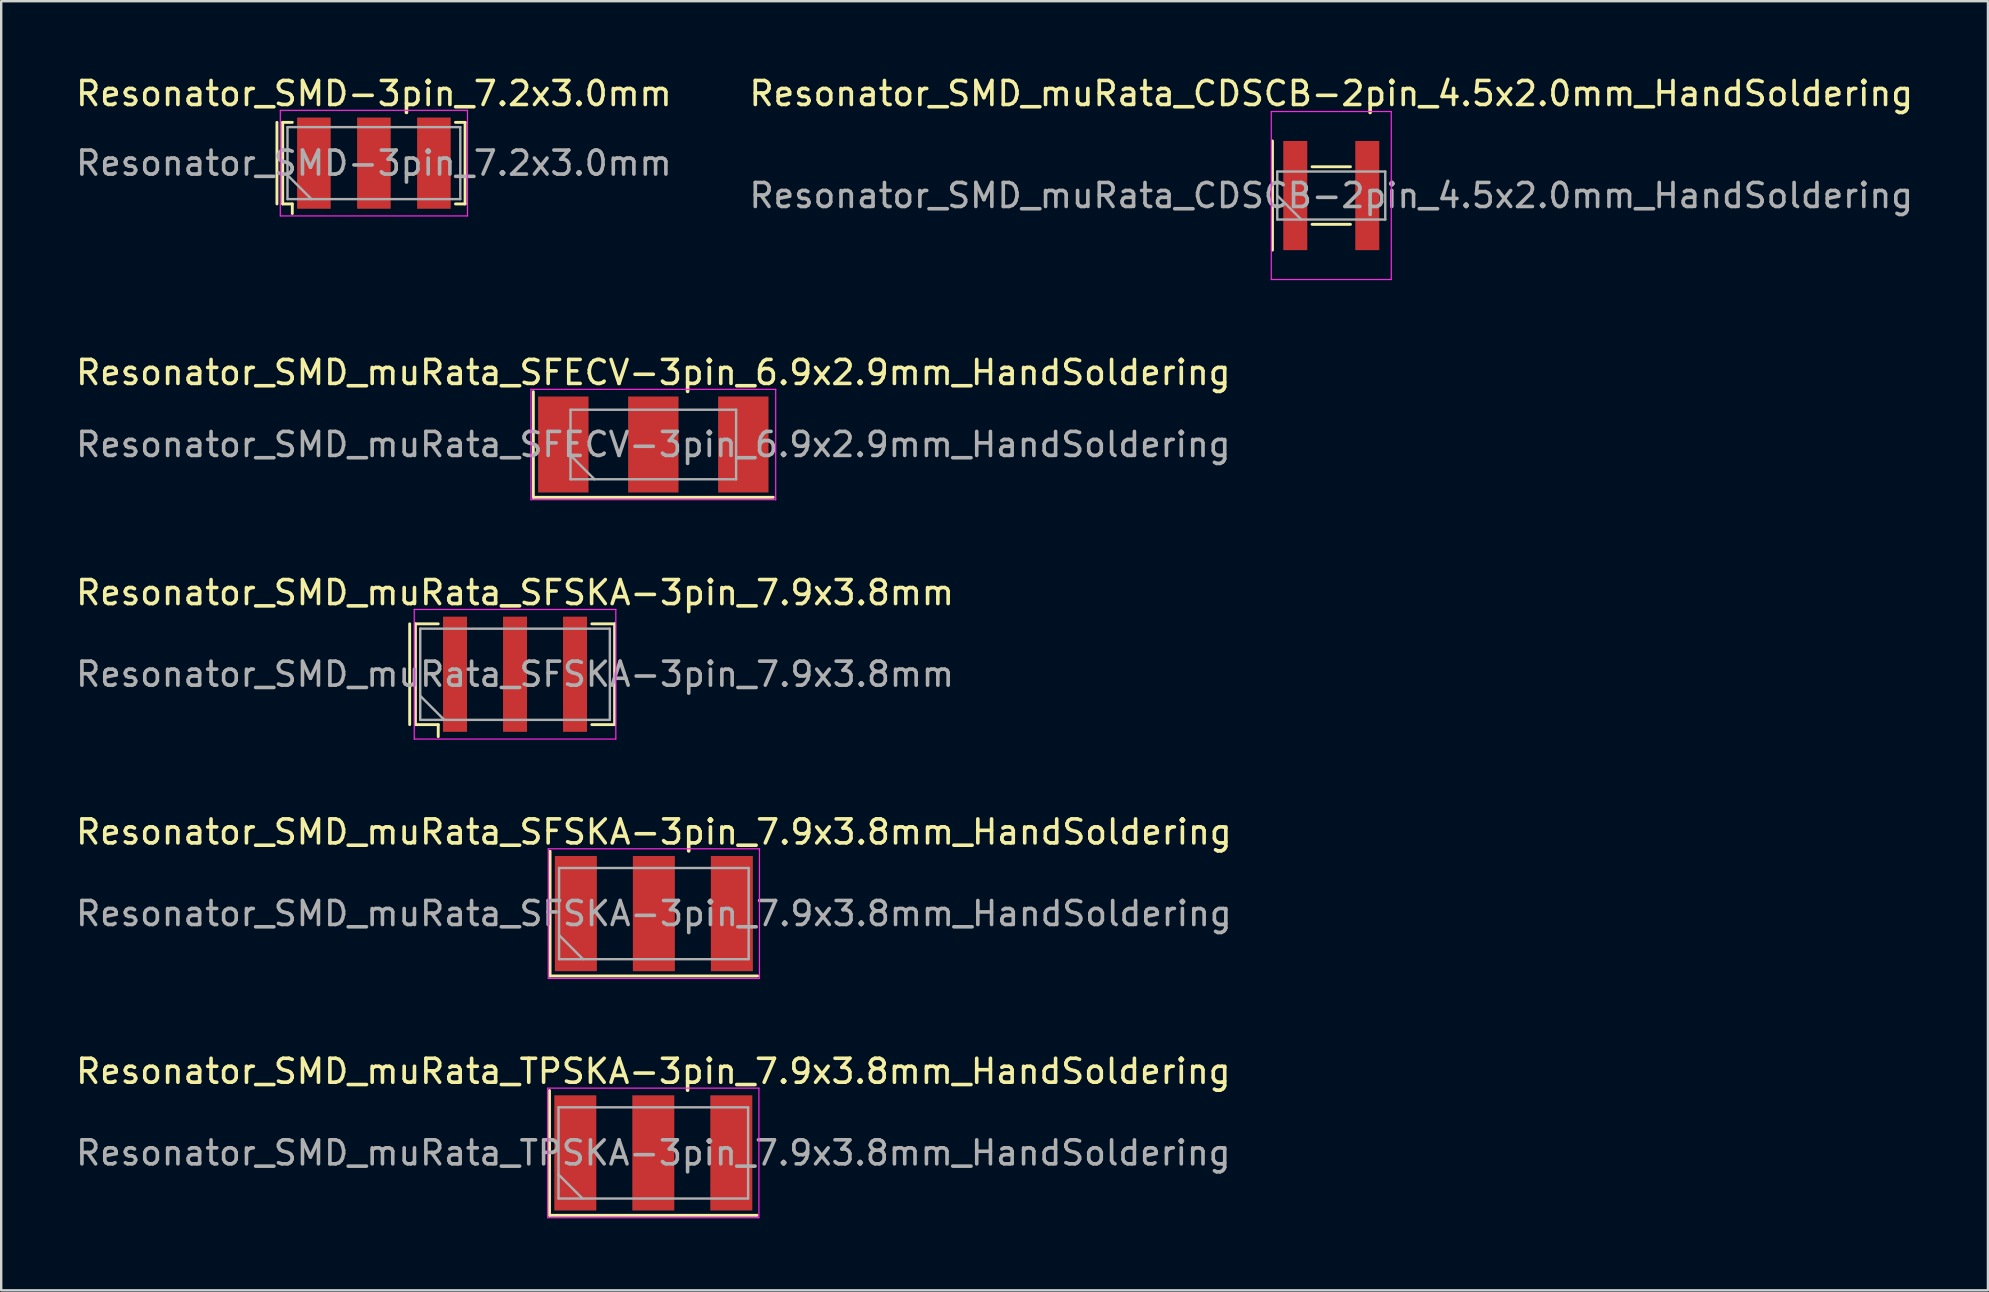
<source format=kicad_pcb>
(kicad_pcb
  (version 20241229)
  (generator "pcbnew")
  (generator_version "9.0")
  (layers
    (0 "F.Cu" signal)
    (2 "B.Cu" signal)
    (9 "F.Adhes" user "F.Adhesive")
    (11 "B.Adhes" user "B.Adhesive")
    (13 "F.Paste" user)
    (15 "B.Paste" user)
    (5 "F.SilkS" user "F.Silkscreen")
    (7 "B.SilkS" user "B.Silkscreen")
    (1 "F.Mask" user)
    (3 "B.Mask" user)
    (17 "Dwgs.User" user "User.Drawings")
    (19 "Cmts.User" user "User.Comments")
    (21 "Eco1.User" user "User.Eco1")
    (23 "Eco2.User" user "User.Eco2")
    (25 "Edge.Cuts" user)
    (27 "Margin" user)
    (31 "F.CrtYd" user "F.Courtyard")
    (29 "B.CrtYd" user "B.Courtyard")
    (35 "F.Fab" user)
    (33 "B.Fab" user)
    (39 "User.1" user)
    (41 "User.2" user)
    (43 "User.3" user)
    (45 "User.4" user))
  (footprint "Resonator_SMD_muRata_TPSKA-3pin_7.9x3.8mm_HandSoldering"
    (layer "F.Cu")
    (at 24.173 44.991)
    (property "Reference" "Resonator_SMD_muRata_TPSKA-3pin_7.9x3.8mm_HandSoldering" (at 0 -3.4 0) (layer "F.SilkS") (effects (font (size 1 1) (thickness 0.15))))
    (attr smd)
    (fp_line (start -4.325 -2.6) (end -4.325 2.6) (stroke (width 0.12) (type solid)) (layer "F.SilkS"))
    (fp_line (start -4.325 2.6) (end 4.325 2.6) (stroke (width 0.12) (type solid)) (layer "F.SilkS"))
    (fp_line (start -4.4 -2.7) (end -4.4 2.7) (stroke (width 0.05) (type solid)) (layer "F.CrtYd"))
    (fp_line (start -4.4 2.7) (end 4.4 2.7) (stroke (width 0.05) (type solid)) (layer "F.CrtYd"))
    (fp_line (start 4.4 -2.7) (end -4.4 -2.7) (stroke (width 0.05) (type solid)) (layer "F.CrtYd"))
    (fp_line (start 4.4 2.7) (end 4.4 -2.7) (stroke (width 0.05) (type solid)) (layer "F.CrtYd"))
    (fp_line (start -3.95 -1.9) (end -3.95 1.9) (stroke (width 0.1) (type solid)) (layer "F.Fab"))
    (fp_line (start -3.95 0.9) (end -2.95 1.9) (stroke (width 0.1) (type solid)) (layer "F.Fab"))
    (fp_line (start -3.95 1.9) (end 3.95 1.9) (stroke (width 0.1) (type solid)) (layer "F.Fab"))
    (fp_line (start 3.95 -1.9) (end -3.95 -1.9) (stroke (width 0.1) (type solid)) (layer "F.Fab"))
    (fp_line (start 3.95 1.9) (end 3.95 -1.9) (stroke (width 0.1) (type solid)) (layer "F.Fab"))
    (fp_text user "${REFERENCE}" (at 0 0 0) (layer "F.Fab") (effects (font (size 1 1) (thickness 0.15))))
    (pad "1" smd rect (at -3.25 0) (size 1.75 4.8) (layers "F.Cu" "F.Mask" "F.Paste"))
    (pad "2" smd rect (at 0 0) (size 1.75 4.8) (layers "F.Cu" "F.Mask" "F.Paste"))
    (pad "3" smd rect (at 3.25 0) (size 1.75 4.8) (layers "F.Cu" "F.Mask" "F.Paste")))
  (footprint "Resonator_SMD_muRata_SFSKA-3pin_7.9x3.8mm"
    (layer "F.Cu")
    (at 18.411 25.045)
    (property "Reference" "Resonator_SMD_muRata_SFSKA-3pin_7.9x3.8mm" (at 0 -3.4 0) (layer "F.SilkS") (effects (font (size 1 1) (thickness 0.15))))
    (attr smd)
    (fp_line (start -4.39 -2.1) (end -4.39 2.1) (stroke (width 0.12) (type solid)) (layer "F.SilkS"))
    (fp_line (start -4.15 -2.1) (end -3.2 -2.1) (stroke (width 0.12) (type solid)) (layer "F.SilkS"))
    (fp_line (start -4.15 2.1) (end -4.15 -2.1) (stroke (width 0.12) (type solid)) (layer "F.SilkS"))
    (fp_line (start -3.2 2.1) (end -4.15 2.1) (stroke (width 0.12) (type solid)) (layer "F.SilkS"))
    (fp_line (start -3.2 2.6) (end -3.2 2.1) (stroke (width 0.12) (type solid)) (layer "F.SilkS"))
    (fp_line (start 3.2 -2.1) (end 4.15 -2.1) (stroke (width 0.12) (type solid)) (layer "F.SilkS"))
    (fp_line (start 4.15 -2.1) (end 4.15 2.1) (stroke (width 0.12) (type solid)) (layer "F.SilkS"))
    (fp_line (start 4.15 2.1) (end 3.2 2.1) (stroke (width 0.12) (type solid)) (layer "F.SilkS"))
    (fp_line (start -4.2 -2.7) (end -4.2 2.7) (stroke (width 0.05) (type solid)) (layer "F.CrtYd"))
    (fp_line (start -4.2 2.7) (end 4.2 2.7) (stroke (width 0.05) (type solid)) (layer "F.CrtYd"))
    (fp_line (start 4.2 -2.7) (end -4.2 -2.7) (stroke (width 0.05) (type solid)) (layer "F.CrtYd"))
    (fp_line (start 4.2 2.7) (end 4.2 -2.7) (stroke (width 0.05) (type solid)) (layer "F.CrtYd"))
    (fp_line (start -3.95 -1.9) (end -3.95 1.9) (stroke (width 0.1) (type solid)) (layer "F.Fab"))
    (fp_line (start -3.95 0.9) (end -2.95 1.9) (stroke (width 0.1) (type solid)) (layer "F.Fab"))
    (fp_line (start -3.95 1.9) (end 3.95 1.9) (stroke (width 0.1) (type solid)) (layer "F.Fab"))
    (fp_line (start 3.95 -1.9) (end -3.95 -1.9) (stroke (width 0.1) (type solid)) (layer "F.Fab"))
    (fp_line (start 3.95 1.9) (end 3.95 -1.9) (stroke (width 0.1) (type solid)) (layer "F.Fab"))
    (fp_text user "${REFERENCE}" (at 0 0 0) (layer "F.Fab") (effects (font (size 1 1) (thickness 0.15))))
    (pad "1" smd rect (at -2.5 0) (size 1 4.8) (layers "F.Cu" "F.Mask" "F.Paste"))
    (pad "2" smd rect (at 0 0) (size 1 4.8) (layers "F.Cu" "F.Mask" "F.Paste"))
    (pad "3" smd rect (at 2.5 0) (size 1 4.8) (layers "F.Cu" "F.Mask" "F.Paste")))
  (footprint "Resonator_SMD_muRata_SFECV-3pin_6.9x2.9mm_HandSoldering"
    (layer "F.Cu")
    (at 24.173 15.472)
    (property "Reference" "Resonator_SMD_muRata_SFECV-3pin_6.9x2.9mm_HandSoldering" (at 0 -3 0) (layer "F.SilkS") (effects (font (size 1 1) (thickness 0.15))))
    (attr smd)
    (fp_line (start -5 -2.2) (end -5 2.2) (stroke (width 0.12) (type solid)) (layer "F.SilkS"))
    (fp_line (start -5 2.2) (end 5 2.2) (stroke (width 0.12) (type solid)) (layer "F.SilkS"))
    (fp_line (start -5.1 -2.3) (end -5.1 2.3) (stroke (width 0.05) (type solid)) (layer "F.CrtYd"))
    (fp_line (start -5.1 2.3) (end 5.1 2.3) (stroke (width 0.05) (type solid)) (layer "F.CrtYd"))
    (fp_line (start 5.1 -2.3) (end -5.1 -2.3) (stroke (width 0.05) (type solid)) (layer "F.CrtYd"))
    (fp_line (start 5.1 2.3) (end 5.1 -2.3) (stroke (width 0.05) (type solid)) (layer "F.CrtYd"))
    (fp_line (start -3.45 -1.45) (end -3.45 1.45) (stroke (width 0.1) (type solid)) (layer "F.Fab"))
    (fp_line (start -3.45 0.45) (end -2.45 1.45) (stroke (width 0.1) (type solid)) (layer "F.Fab"))
    (fp_line (start -3.45 1.45) (end 3.45 1.45) (stroke (width 0.1) (type solid)) (layer "F.Fab"))
    (fp_line (start 3.45 -1.45) (end -3.45 -1.45) (stroke (width 0.1) (type solid)) (layer "F.Fab"))
    (fp_line (start 3.45 1.45) (end 3.45 -1.45) (stroke (width 0.1) (type solid)) (layer "F.Fab"))
    (fp_text user "${REFERENCE}" (at 0 0 0) (layer "F.Fab") (effects (font (size 1 1) (thickness 0.15))))
    (pad "1" smd rect (at -3.75 0) (size 2.1 4) (layers "F.Cu" "F.Mask" "F.Paste"))
    (pad "2" smd rect (at 0 0) (size 2.1 4) (layers "F.Cu" "F.Mask" "F.Paste"))
    (pad "3" smd rect (at 3.75 0) (size 2.1 4) (layers "F.Cu" "F.Mask" "F.Paste")))
  (footprint "Resonator_SMD-3pin_7.2x3.0mm"
    (layer "F.Cu")
    (at 12.53 3.748)
    (property "Reference" "Resonator_SMD-3pin_7.2x3.0mm" (at 0 -2.9 0) (layer "F.SilkS") (effects (font (size 1 1) (thickness 0.15))))
    (attr smd)
    (fp_line (start -4.04 -1.7) (end -4.04 1.7) (stroke (width 0.12) (type solid)) (layer "F.SilkS"))
    (fp_line (start -3.8 -1.7) (end -3.4 -1.7) (stroke (width 0.12) (type solid)) (layer "F.SilkS"))
    (fp_line (start -3.8 1.7) (end -3.8 -1.7) (stroke (width 0.12) (type solid)) (layer "F.SilkS"))
    (fp_line (start -3.4 1.7) (end -3.8 1.7) (stroke (width 0.12) (type solid)) (layer "F.SilkS"))
    (fp_line (start -3.4 2.1) (end -3.4 1.7) (stroke (width 0.12) (type solid)) (layer "F.SilkS"))
    (fp_line (start 3.4 -1.7) (end 3.8 -1.7) (stroke (width 0.12) (type solid)) (layer "F.SilkS"))
    (fp_line (start 3.8 -1.7) (end 3.8 1.7) (stroke (width 0.12) (type solid)) (layer "F.SilkS"))
    (fp_line (start 3.8 1.7) (end 3.4 1.7) (stroke (width 0.12) (type solid)) (layer "F.SilkS"))
    (fp_line (start -3.9 -2.2) (end -3.9 2.2) (stroke (width 0.05) (type solid)) (layer "F.CrtYd"))
    (fp_line (start -3.9 2.2) (end 3.9 2.2) (stroke (width 0.05) (type solid)) (layer "F.CrtYd"))
    (fp_line (start 3.9 -2.2) (end -3.9 -2.2) (stroke (width 0.05) (type solid)) (layer "F.CrtYd"))
    (fp_line (start 3.9 2.2) (end 3.9 -2.2) (stroke (width 0.05) (type solid)) (layer "F.CrtYd"))
    (fp_line (start -3.6 -1.5) (end -3.6 1.5) (stroke (width 0.1) (type solid)) (layer "F.Fab"))
    (fp_line (start -3.6 0.5) (end -2.6 1.5) (stroke (width 0.1) (type solid)) (layer "F.Fab"))
    (fp_line (start -3.6 1.5) (end 3.6 1.5) (stroke (width 0.1) (type solid)) (layer "F.Fab"))
    (fp_line (start 3.6 -1.5) (end -3.6 -1.5) (stroke (width 0.1) (type solid)) (layer "F.Fab"))
    (fp_line (start 3.6 1.5) (end 3.6 -1.5) (stroke (width 0.1) (type solid)) (layer "F.Fab"))
    (fp_text user "${REFERENCE}" (at 0 0 0) (layer "F.Fab") (effects (font (size 1 1) (thickness 0.15))))
    (pad "1" smd rect (at -2.5 0) (size 1.4 3.8) (layers "F.Cu" "F.Mask" "F.Paste"))
    (pad "2" smd rect (at 0 0) (size 1.4 3.8) (layers "F.Cu" "F.Mask" "F.Paste"))
    (pad "3" smd rect (at 2.5 0) (size 1.4 3.8) (layers "F.Cu" "F.Mask" "F.Paste")))
  (footprint "Resonator_SMD_muRata_SFSKA-3pin_7.9x3.8mm_HandSoldering"
    (layer "F.Cu")
    (at 24.196 35.018)
    (property "Reference" "Resonator_SMD_muRata_SFSKA-3pin_7.9x3.8mm_HandSoldering" (at 0 -3.4 0) (layer "F.SilkS") (effects (font (size 1 1) (thickness 0.15))))
    (attr smd)
    (fp_line (start -4.325 -2.6) (end -4.325 2.6) (stroke (width 0.12) (type solid)) (layer "F.SilkS"))
    (fp_line (start -4.325 2.6) (end 4.325 2.6) (stroke (width 0.12) (type solid)) (layer "F.SilkS"))
    (fp_line (start -4.4 -2.7) (end -4.4 2.7) (stroke (width 0.05) (type solid)) (layer "F.CrtYd"))
    (fp_line (start -4.4 2.7) (end 4.4 2.7) (stroke (width 0.05) (type solid)) (layer "F.CrtYd"))
    (fp_line (start 4.4 -2.7) (end -4.4 -2.7) (stroke (width 0.05) (type solid)) (layer "F.CrtYd"))
    (fp_line (start 4.4 2.7) (end 4.4 -2.7) (stroke (width 0.05) (type solid)) (layer "F.CrtYd"))
    (fp_line (start -3.95 -1.9) (end -3.95 1.9) (stroke (width 0.1) (type solid)) (layer "F.Fab"))
    (fp_line (start -3.95 0.9) (end -2.95 1.9) (stroke (width 0.1) (type solid)) (layer "F.Fab"))
    (fp_line (start -3.95 1.9) (end 3.95 1.9) (stroke (width 0.1) (type solid)) (layer "F.Fab"))
    (fp_line (start 3.95 -1.9) (end -3.95 -1.9) (stroke (width 0.1) (type solid)) (layer "F.Fab"))
    (fp_line (start 3.95 1.9) (end 3.95 -1.9) (stroke (width 0.1) (type solid)) (layer "F.Fab"))
    (fp_text user "${REFERENCE}" (at 0 0 0) (layer "F.Fab") (effects (font (size 1 1) (thickness 0.15))))
    (pad "1" smd rect (at -3.25 0) (size 1.75 4.8) (layers "F.Cu" "F.Mask" "F.Paste"))
    (pad "2" smd rect (at 0 0) (size 1.75 4.8) (layers "F.Cu" "F.Mask" "F.Paste"))
    (pad "3" smd rect (at 3.25 0) (size 1.75 4.8) (layers "F.Cu" "F.Mask" "F.Paste")))
  (footprint "Resonator_SMD_muRata_CDSCB-2pin_4.5x2.0mm_HandSoldering"
    (layer "F.Cu")
    (at 52.423 5.098)
    (property "Reference" "Resonator_SMD_muRata_CDSCB-2pin_4.5x2.0mm_HandSoldering" (at 0 -4.25 0) (layer "F.SilkS") (effects (font (size 1 1) (thickness 0.15))))
    (attr smd)
    (fp_line (start -2.45 -2.275) (end -2.45 2.275) (stroke (width 0.12) (type solid)) (layer "F.SilkS"))
    (fp_line (start -0.8 -1.2) (end 0.8 -1.2) (stroke (width 0.12) (type solid)) (layer "F.SilkS"))
    (fp_line (start -0.8 1.2) (end 0.8 1.2) (stroke (width 0.12) (type solid)) (layer "F.SilkS"))
    (fp_line (start -2.5 -3.5) (end -2.5 3.5) (stroke (width 0.05) (type solid)) (layer "F.CrtYd"))
    (fp_line (start -2.5 3.5) (end 2.5 3.5) (stroke (width 0.05) (type solid)) (layer "F.CrtYd"))
    (fp_line (start 2.5 -3.5) (end -2.5 -3.5) (stroke (width 0.05) (type solid)) (layer "F.CrtYd"))
    (fp_line (start 2.5 3.5) (end 2.5 -3.5) (stroke (width 0.05) (type solid)) (layer "F.CrtYd"))
    (fp_line (start -2.25 -1) (end -2.25 1) (stroke (width 0.1) (type solid)) (layer "F.Fab"))
    (fp_line (start -2.25 0) (end -1.25 1) (stroke (width 0.1) (type solid)) (layer "F.Fab"))
    (fp_line (start -2.25 1) (end 2.25 1) (stroke (width 0.1) (type solid)) (layer "F.Fab"))
    (fp_line (start 2.25 -1) (end -2.25 -1) (stroke (width 0.1) (type solid)) (layer "F.Fab"))
    (fp_line (start 2.25 1) (end 2.25 -1) (stroke (width 0.1) (type solid)) (layer "F.Fab"))
    (fp_text user "${REFERENCE}" (at 0 0 0) (layer "F.Fab") (effects (font (size 1 1) (thickness 0.15))))
    (pad "1" smd rect (at -1.5 0) (size 1 4.55) (layers "F.Cu" "F.Mask" "F.Paste"))
    (pad "2" smd rect (at 1.5 0) (size 1 4.55) (layers "F.Cu" "F.Mask" "F.Paste")))
  (gr_rect
    (start -3 -3)
    (end 79.786 50.716)
    (stroke (width 0.1) (type default))
    (fill no)
    (layer "Edge.Cuts")))
</source>
